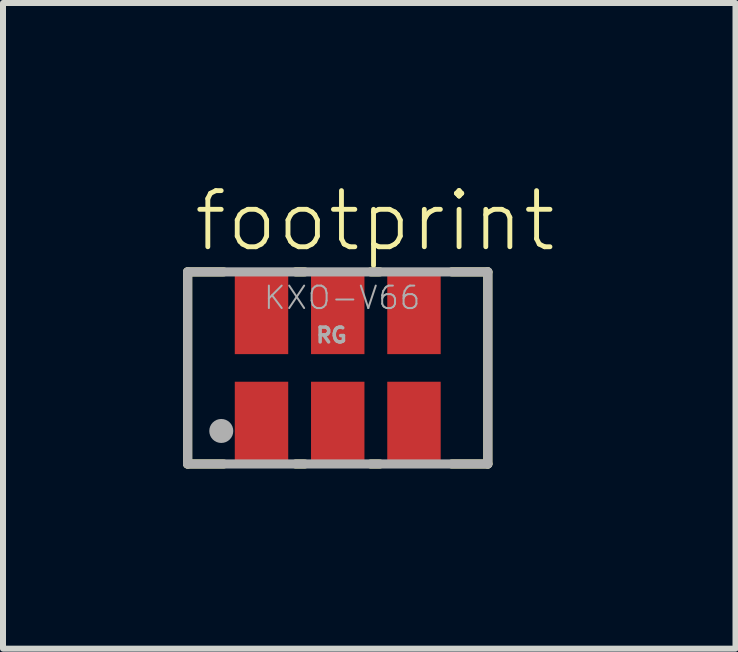
<source format=kicad_pcb>
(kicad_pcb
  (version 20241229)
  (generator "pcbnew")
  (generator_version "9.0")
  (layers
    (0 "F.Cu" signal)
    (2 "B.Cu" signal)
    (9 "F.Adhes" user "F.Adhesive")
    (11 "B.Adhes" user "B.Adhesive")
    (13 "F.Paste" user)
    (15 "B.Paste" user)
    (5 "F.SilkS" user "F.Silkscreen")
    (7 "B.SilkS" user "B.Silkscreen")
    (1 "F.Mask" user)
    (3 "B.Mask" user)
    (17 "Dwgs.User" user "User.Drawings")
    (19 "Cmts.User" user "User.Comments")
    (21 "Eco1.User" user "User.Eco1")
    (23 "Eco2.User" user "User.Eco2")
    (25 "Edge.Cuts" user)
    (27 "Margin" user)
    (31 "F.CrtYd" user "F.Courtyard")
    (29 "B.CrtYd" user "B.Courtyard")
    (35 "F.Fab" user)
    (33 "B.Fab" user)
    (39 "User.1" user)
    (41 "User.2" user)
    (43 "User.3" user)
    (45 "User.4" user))
  (footprint "footprint"
    (layer "F.Cu")
    (at 2.576 3.079)
    (property "Reference" "footprint" (at -2.44 -1.9 0) (layer "F.SilkS") (effects (font (size 0.935 0.935) (thickness 0.081)) (justify left bottom)))
    (fp_line (start -2.5 -1.6) (end -2.5 1.6) (stroke (width 0.152) (type solid)) (layer "F.SilkS"))
    (fp_line (start -2.5 1.6) (end -1.9 1.6) (stroke (width 0.152) (type solid)) (layer "F.SilkS"))
    (fp_line (start -1.9 -1.6) (end -2.5 -1.6) (stroke (width 0.152) (type solid)) (layer "F.SilkS"))
    (fp_line (start -0.7 -1.6) (end -0.55 -1.6) (stroke (width 0.152) (type solid)) (layer "F.SilkS"))
    (fp_line (start -0.7 1.6) (end -0.55 1.6) (stroke (width 0.152) (type solid)) (layer "F.SilkS"))
    (fp_line (start 0.55 -1.6) (end 0.7 -1.6) (stroke (width 0.152) (type solid)) (layer "F.SilkS"))
    (fp_line (start 0.55 1.6) (end 0.7 1.6) (stroke (width 0.152) (type solid)) (layer "F.SilkS"))
    (fp_line (start 1.9 -1.6) (end 2.5 -1.6) (stroke (width 0.152) (type solid)) (layer "F.SilkS"))
    (fp_line (start 2.5 -1.6) (end 2.5 1.6) (stroke (width 0.152) (type solid)) (layer "F.SilkS"))
    (fp_line (start 2.5 1.6) (end 1.9 1.6) (stroke (width 0.152) (type solid)) (layer "F.SilkS"))
    (fp_line (start -2.5 -1.6) (end -2.5 1.6) (stroke (width 0.152) (type solid)) (layer "F.Fab"))
    (fp_line (start -2.5 1.6) (end 2.5 1.6) (stroke (width 0.152) (type solid)) (layer "F.Fab"))
    (fp_line (start 2.5 -1.6) (end -2.5 -1.6) (stroke (width 0.152) (type solid)) (layer "F.Fab"))
    (fp_line (start 2.5 1.6) (end 2.5 -1.6) (stroke (width 0.152) (type solid)) (layer "F.Fab"))
    (fp_circle (center -1.94 1.05) (end -1.84 1.05) (stroke (width 0.2) (type solid)) (fill no) (layer "F.Fab"))
    (fp_text user "KXO-V66" (at -1.258 -0.95 0) (layer "F.Fab") (effects (font (size 0.374 0.374) (thickness 0.033)) (justify left bottom)))
    (fp_text user "RG" (at -0.39 -0.4 0) (layer "F.Fab") (effects (font (size 0.247 0.247) (thickness 0.058)) (justify left bottom)))
    (pad "1" smd rect (at -1.27 0.935) (size 0.89 1.41) (layers "F.Cu" "F.Mask" "F.Paste"))
    (pad "2" smd rect (at 0 0.935) (size 0.89 1.41) (layers "F.Cu" "F.Mask" "F.Paste"))
    (pad "3" smd rect (at 1.27 0.935) (size 0.89 1.41) (layers "F.Cu" "F.Mask" "F.Paste"))
    (pad "4" smd rect (at 1.27 -0.935) (size 0.89 1.41) (layers "F.Cu" "F.Mask" "F.Paste"))
    (pad "5" smd rect (at 0 -0.935) (size 0.89 1.41) (layers "F.Cu" "F.Mask" "F.Paste"))
    (pad "6" smd rect (at -1.27 -0.935) (size 0.89 1.41) (layers "F.Cu" "F.Mask" "F.Paste")))
  (gr_rect
    (start -3 -3)
    (end 9.202 7.755)
    (stroke (width 0.1) (type default))
    (fill no)
    (layer "Edge.Cuts")))
</source>
